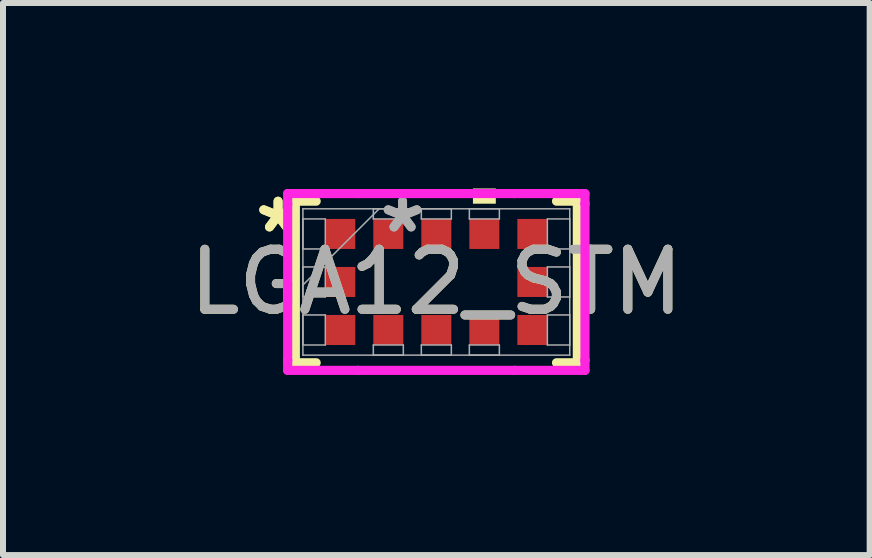
<source format=kicad_pcb>
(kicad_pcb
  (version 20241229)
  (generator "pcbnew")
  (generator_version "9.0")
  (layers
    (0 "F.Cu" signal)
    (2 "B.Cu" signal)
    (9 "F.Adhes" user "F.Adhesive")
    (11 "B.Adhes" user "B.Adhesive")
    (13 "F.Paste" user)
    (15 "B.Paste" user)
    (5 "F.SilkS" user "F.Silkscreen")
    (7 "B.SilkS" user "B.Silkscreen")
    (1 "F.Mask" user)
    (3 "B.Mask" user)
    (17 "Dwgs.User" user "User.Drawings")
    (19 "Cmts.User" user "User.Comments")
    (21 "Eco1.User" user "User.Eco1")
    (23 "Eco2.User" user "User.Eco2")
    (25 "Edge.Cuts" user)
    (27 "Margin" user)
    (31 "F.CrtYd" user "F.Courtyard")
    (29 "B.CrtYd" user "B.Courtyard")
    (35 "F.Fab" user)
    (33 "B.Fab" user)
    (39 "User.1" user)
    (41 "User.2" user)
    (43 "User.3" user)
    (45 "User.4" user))
  (footprint "LGA12_STM"
    (layer "F.Cu")
    (at 4.22 1.648)
    (property "Reference" "LGA12_STM" (at 0 0 0) (unlocked yes) (layer "F.SilkS") (effects (font (size 1 1) (thickness 0.15))))
    (attr smd)
    (fp_line (start -2.349 -1.346) (end -2.349 1.346) (stroke (width 0.152) (type solid)) (layer "F.SilkS"))
    (fp_line (start -2.349 1.346) (end -2.002 1.346) (stroke (width 0.152) (type solid)) (layer "F.SilkS"))
    (fp_line (start -2.002 -1.346) (end -2.349 -1.346) (stroke (width 0.152) (type solid)) (layer "F.SilkS"))
    (fp_line (start 2.002 1.346) (end 2.349 1.346) (stroke (width 0.152) (type solid)) (layer "F.SilkS"))
    (fp_line (start 2.349 -1.346) (end 2.002 -1.346) (stroke (width 0.152) (type solid)) (layer "F.SilkS"))
    (fp_line (start 2.349 1.346) (end 2.349 -1.346) (stroke (width 0.152) (type solid)) (layer "F.SilkS"))
    (fp_poly (pts (xy 0.61 -1.304) (xy 0.61 -1.558) (xy 0.991 -1.558) (xy 0.991 -1.304)) (stroke (width 0) (type solid)) (fill yes) (layer "F.SilkS"))
    (fp_line (start -2.477 -1.473) (end -1.304 -1.473) (stroke (width 0.152) (type solid)) (layer "F.CrtYd"))
    (fp_line (start -2.477 -1.304) (end -2.477 -1.473) (stroke (width 0.152) (type solid)) (layer "F.CrtYd"))
    (fp_line (start -2.477 -1.304) (end -2.477 -1.304) (stroke (width 0.152) (type solid)) (layer "F.CrtYd"))
    (fp_line (start -2.477 1.304) (end -2.477 -1.304) (stroke (width 0.152) (type solid)) (layer "F.CrtYd"))
    (fp_line (start -2.477 1.304) (end -2.477 1.304) (stroke (width 0.152) (type solid)) (layer "F.CrtYd"))
    (fp_line (start -2.477 1.473) (end -2.477 1.304) (stroke (width 0.152) (type solid)) (layer "F.CrtYd"))
    (fp_line (start -1.304 -1.473) (end -1.304 -1.473) (stroke (width 0.152) (type solid)) (layer "F.CrtYd"))
    (fp_line (start -1.304 -1.473) (end 1.304 -1.473) (stroke (width 0.152) (type solid)) (layer "F.CrtYd"))
    (fp_line (start -1.304 1.473) (end -2.477 1.473) (stroke (width 0.152) (type solid)) (layer "F.CrtYd"))
    (fp_line (start -1.304 1.473) (end -1.304 1.473) (stroke (width 0.152) (type solid)) (layer "F.CrtYd"))
    (fp_line (start 1.304 -1.473) (end 1.304 -1.473) (stroke (width 0.152) (type solid)) (layer "F.CrtYd"))
    (fp_line (start 1.304 -1.473) (end 2.477 -1.473) (stroke (width 0.152) (type solid)) (layer "F.CrtYd"))
    (fp_line (start 1.304 1.473) (end -1.304 1.473) (stroke (width 0.152) (type solid)) (layer "F.CrtYd"))
    (fp_line (start 1.304 1.473) (end 1.304 1.473) (stroke (width 0.152) (type solid)) (layer "F.CrtYd"))
    (fp_line (start 2.477 -1.473) (end 2.477 -1.304) (stroke (width 0.152) (type solid)) (layer "F.CrtYd"))
    (fp_line (start 2.477 -1.304) (end 2.477 -1.304) (stroke (width 0.152) (type solid)) (layer "F.CrtYd"))
    (fp_line (start 2.477 -1.304) (end 2.477 1.304) (stroke (width 0.152) (type solid)) (layer "F.CrtYd"))
    (fp_line (start 2.477 1.304) (end 2.477 1.304) (stroke (width 0.152) (type solid)) (layer "F.CrtYd"))
    (fp_line (start 2.477 1.304) (end 2.477 1.473) (stroke (width 0.152) (type solid)) (layer "F.CrtYd"))
    (fp_line (start 2.477 1.473) (end 1.304 1.473) (stroke (width 0.152) (type solid)) (layer "F.CrtYd"))
    (fp_line (start -2.223 -1.219) (end -2.223 1.219) (stroke (width 0.025) (type solid)) (layer "F.Fab"))
    (fp_line (start -2.223 -1.05) (end -1.85 -1.05) (stroke (width 0.025) (type solid)) (layer "F.Fab"))
    (fp_line (start -2.223 -0.55) (end -2.223 -1.05) (stroke (width 0.025) (type solid)) (layer "F.Fab"))
    (fp_line (start -2.223 -0.25) (end -1.85 -0.25) (stroke (width 0.025) (type solid)) (layer "F.Fab"))
    (fp_line (start -2.223 0.051) (end -0.953 -1.219) (stroke (width 0.025) (type solid)) (layer "F.Fab"))
    (fp_line (start -2.223 0.25) (end -2.223 -0.25) (stroke (width 0.025) (type solid)) (layer "F.Fab"))
    (fp_line (start -2.223 0.55) (end -1.85 0.55) (stroke (width 0.025) (type solid)) (layer "F.Fab"))
    (fp_line (start -2.223 1.05) (end -2.223 0.55) (stroke (width 0.025) (type solid)) (layer "F.Fab"))
    (fp_line (start -2.223 1.219) (end 2.223 1.219) (stroke (width 0.025) (type solid)) (layer "F.Fab"))
    (fp_line (start -1.85 -1.05) (end -1.85 -0.55) (stroke (width 0.025) (type solid)) (layer "F.Fab"))
    (fp_line (start -1.85 -0.55) (end -2.223 -0.55) (stroke (width 0.025) (type solid)) (layer "F.Fab"))
    (fp_line (start -1.85 -0.25) (end -1.85 0.25) (stroke (width 0.025) (type solid)) (layer "F.Fab"))
    (fp_line (start -1.85 0.25) (end -2.223 0.25) (stroke (width 0.025) (type solid)) (layer "F.Fab"))
    (fp_line (start -1.85 0.55) (end -1.85 1.05) (stroke (width 0.025) (type solid)) (layer "F.Fab"))
    (fp_line (start -1.85 1.05) (end -2.223 1.05) (stroke (width 0.025) (type solid)) (layer "F.Fab"))
    (fp_line (start -1.05 -1.219) (end -0.55 -1.219) (stroke (width 0.025) (type solid)) (layer "F.Fab"))
    (fp_line (start -1.05 -1.05) (end -1.05 -1.219) (stroke (width 0.025) (type solid)) (layer "F.Fab"))
    (fp_line (start -1.05 1.05) (end -0.55 1.05) (stroke (width 0.025) (type solid)) (layer "F.Fab"))
    (fp_line (start -1.05 1.219) (end -1.05 1.05) (stroke (width 0.025) (type solid)) (layer "F.Fab"))
    (fp_line (start -0.55 -1.219) (end -0.55 -1.05) (stroke (width 0.025) (type solid)) (layer "F.Fab"))
    (fp_line (start -0.55 -1.05) (end -1.05 -1.05) (stroke (width 0.025) (type solid)) (layer "F.Fab"))
    (fp_line (start -0.55 1.05) (end -0.55 1.219) (stroke (width 0.025) (type solid)) (layer "F.Fab"))
    (fp_line (start -0.55 1.219) (end -1.05 1.219) (stroke (width 0.025) (type solid)) (layer "F.Fab"))
    (fp_line (start -0.25 -1.219) (end 0.25 -1.219) (stroke (width 0.025) (type solid)) (layer "F.Fab"))
    (fp_line (start -0.25 -1.05) (end -0.25 -1.219) (stroke (width 0.025) (type solid)) (layer "F.Fab"))
    (fp_line (start -0.25 1.05) (end 0.25 1.05) (stroke (width 0.025) (type solid)) (layer "F.Fab"))
    (fp_line (start -0.25 1.219) (end -0.25 1.05) (stroke (width 0.025) (type solid)) (layer "F.Fab"))
    (fp_line (start 0.25 -1.219) (end 0.25 -1.05) (stroke (width 0.025) (type solid)) (layer "F.Fab"))
    (fp_line (start 0.25 -1.05) (end -0.25 -1.05) (stroke (width 0.025) (type solid)) (layer "F.Fab"))
    (fp_line (start 0.25 1.05) (end 0.25 1.219) (stroke (width 0.025) (type solid)) (layer "F.Fab"))
    (fp_line (start 0.25 1.219) (end -0.25 1.219) (stroke (width 0.025) (type solid)) (layer "F.Fab"))
    (fp_line (start 0.55 -1.219) (end 1.05 -1.219) (stroke (width 0.025) (type solid)) (layer "F.Fab"))
    (fp_line (start 0.55 -1.05) (end 0.55 -1.219) (stroke (width 0.025) (type solid)) (layer "F.Fab"))
    (fp_line (start 0.55 1.05) (end 1.05 1.05) (stroke (width 0.025) (type solid)) (layer "F.Fab"))
    (fp_line (start 0.55 1.219) (end 0.55 1.05) (stroke (width 0.025) (type solid)) (layer "F.Fab"))
    (fp_line (start 1.05 -1.219) (end 1.05 -1.05) (stroke (width 0.025) (type solid)) (layer "F.Fab"))
    (fp_line (start 1.05 -1.05) (end 0.55 -1.05) (stroke (width 0.025) (type solid)) (layer "F.Fab"))
    (fp_line (start 1.05 1.05) (end 1.05 1.219) (stroke (width 0.025) (type solid)) (layer "F.Fab"))
    (fp_line (start 1.05 1.219) (end 0.55 1.219) (stroke (width 0.025) (type solid)) (layer "F.Fab"))
    (fp_line (start 1.85 -1.05) (end 2.223 -1.05) (stroke (width 0.025) (type solid)) (layer "F.Fab"))
    (fp_line (start 1.85 -0.55) (end 1.85 -1.05) (stroke (width 0.025) (type solid)) (layer "F.Fab"))
    (fp_line (start 1.85 -0.25) (end 2.223 -0.25) (stroke (width 0.025) (type solid)) (layer "F.Fab"))
    (fp_line (start 1.85 0.25) (end 1.85 -0.25) (stroke (width 0.025) (type solid)) (layer "F.Fab"))
    (fp_line (start 1.85 0.55) (end 2.223 0.55) (stroke (width 0.025) (type solid)) (layer "F.Fab"))
    (fp_line (start 1.85 1.05) (end 1.85 0.55) (stroke (width 0.025) (type solid)) (layer "F.Fab"))
    (fp_line (start 2.223 -1.219) (end -2.223 -1.219) (stroke (width 0.025) (type solid)) (layer "F.Fab"))
    (fp_line (start 2.223 -1.05) (end 2.223 -0.55) (stroke (width 0.025) (type solid)) (layer "F.Fab"))
    (fp_line (start 2.223 -0.55) (end 1.85 -0.55) (stroke (width 0.025) (type solid)) (layer "F.Fab"))
    (fp_line (start 2.223 -0.25) (end 2.223 0.25) (stroke (width 0.025) (type solid)) (layer "F.Fab"))
    (fp_line (start 2.223 0.25) (end 1.85 0.25) (stroke (width 0.025) (type solid)) (layer "F.Fab"))
    (fp_line (start 2.223 0.55) (end 2.223 1.05) (stroke (width 0.025) (type solid)) (layer "F.Fab"))
    (fp_line (start 2.223 1.05) (end 1.85 1.05) (stroke (width 0.025) (type solid)) (layer "F.Fab"))
    (fp_line (start 2.223 1.219) (end 2.223 -1.219) (stroke (width 0.025) (type solid)) (layer "F.Fab"))
    (fp_text user "*" (at -2.637 -0.8 0) (layer "F.SilkS") (effects (font (size 1 1) (thickness 0.15))))
    (fp_text user "*" (at -2.637 -0.8 0) (unlocked yes) (layer "F.SilkS") (effects (font (size 1 1) (thickness 0.15))))
    (fp_text user "*" (at -0.563 -0.8 0) (unlocked yes) (layer "F.Fab") (effects (font (size 1 1) (thickness 0.15))))
    (fp_text user "${REFERENCE}" (at 0 0 0) (unlocked yes) (layer "F.Fab") (effects (font (size 1 1) (thickness 0.15))))
    (fp_text user "*" (at -0.563 -0.8 0) (layer "F.Fab") (effects (font (size 1 1) (thickness 0.15))))
    (pad "1" smd rect (at -1.6 -0.8 90) (size 0.5 0.5) (layers "F.Cu" "F.Mask" "F.Paste"))
    (pad "2" smd rect (at -0.8 -0.8) (size 0.5 0.5) (layers "F.Cu" "F.Mask" "F.Paste"))
    (pad "3" smd rect (at 0 -0.8) (size 0.5 0.5) (layers "F.Cu" "F.Mask" "F.Paste"))
    (pad "4" smd rect (at 0.8 -0.8) (size 0.5 0.5) (layers "F.Cu" "F.Mask" "F.Paste"))
    (pad "5" smd rect (at 1.6 -0.8 90) (size 0.5 0.5) (layers "F.Cu" "F.Mask" "F.Paste"))
    (pad "6" smd rect (at 1.6 0 90) (size 0.5 0.5) (layers "F.Cu" "F.Mask" "F.Paste"))
    (pad "7" smd rect (at 1.6 0.8 90) (size 0.5 0.5) (layers "F.Cu" "F.Mask" "F.Paste"))
    (pad "8" smd rect (at 0.8 0.8) (size 0.5 0.5) (layers "F.Cu" "F.Mask" "F.Paste"))
    (pad "9" smd rect (at 0 0.8) (size 0.5 0.5) (layers "F.Cu" "F.Mask" "F.Paste"))
    (pad "10" smd rect (at -0.8 0.8) (size 0.5 0.5) (layers "F.Cu" "F.Mask" "F.Paste"))
    (pad "11" smd rect (at -1.6 0.8 90) (size 0.5 0.5) (layers "F.Cu" "F.Mask" "F.Paste"))
    (pad "12" smd rect (at -1.6 0 90) (size 0.5 0.5) (layers "F.Cu" "F.Mask" "F.Paste")))
  (gr_rect
    (start -3 -3)
    (end 11.44 6.198)
    (stroke (width 0.1) (type default))
    (fill no)
    (layer "Edge.Cuts")))
</source>
